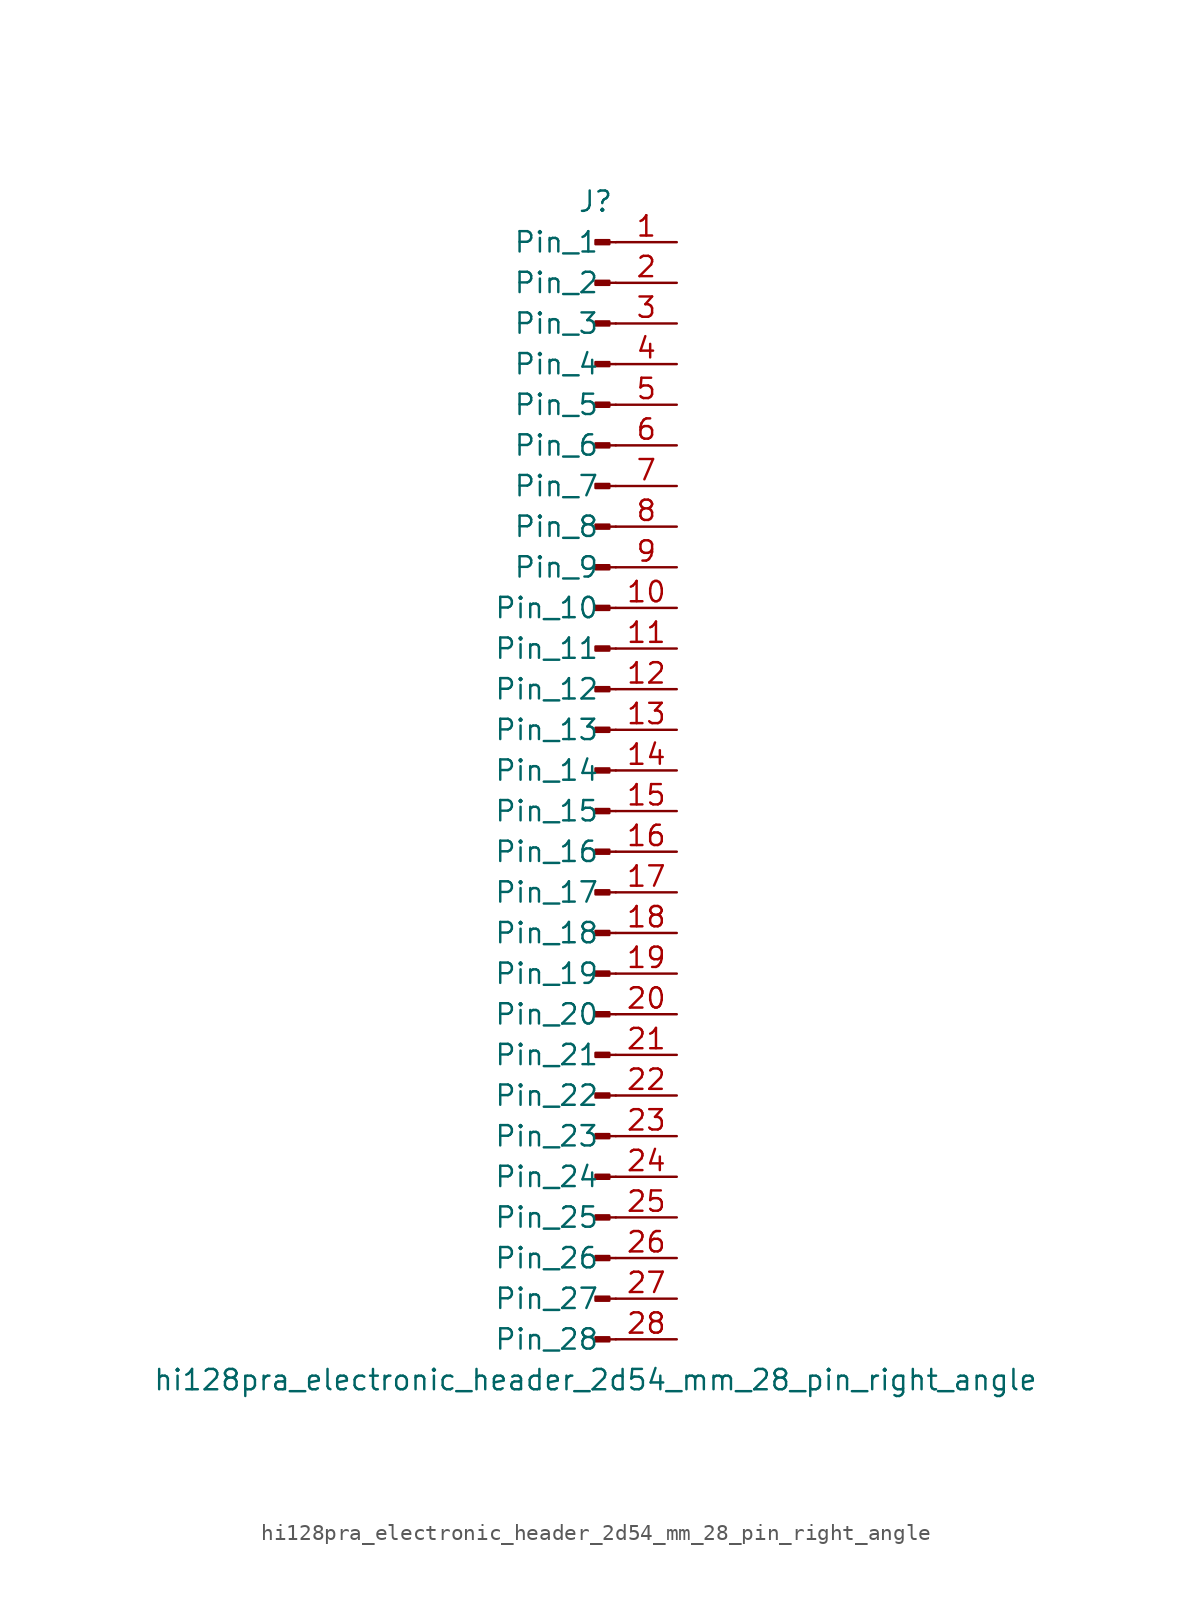
<source format=kicad_sym>
(kicad_symbol_lib
  (version 20220914)
  (generator kicad_symbol_editor)
  (symbol "hi128pra_electronic_header_2d54_mm_28_pin_right_angle"
    (pin_names
      (offset 1.016))
    (property "Reference" "J"
      (at 0 35.56 0)
      (effects (font (size 1.27 1.27))))
    (property "Value" "hi128pra_electronic_header_2d54_mm_28_pin_right_angle"
      (at 0 -38.1 0)
      (effects (font (size 1.27 1.27))))
    (property "ki_locked" ""
      (at 0 0 0)
      (effects (font (size 1.27 1.27))))
    (symbol "hi128pra_electronic_header_2d54_mm_28_pin_right_angle_1_1"
      (polyline (pts (xy 1.27 -35.56) (xy 0.864 -35.56)) (stroke (width 0.152) (type default)) (fill (type none)))
      (polyline (pts (xy 1.27 -33.02) (xy 0.864 -33.02)) (stroke (width 0.152) (type default)) (fill (type none)))
      (polyline (pts (xy 1.27 -30.48) (xy 0.864 -30.48)) (stroke (width 0.152) (type default)) (fill (type none)))
      (polyline (pts (xy 1.27 -27.94) (xy 0.864 -27.94)) (stroke (width 0.152) (type default)) (fill (type none)))
      (polyline (pts (xy 1.27 -25.4) (xy 0.864 -25.4)) (stroke (width 0.152) (type default)) (fill (type none)))
      (polyline (pts (xy 1.27 -22.86) (xy 0.864 -22.86)) (stroke (width 0.152) (type default)) (fill (type none)))
      (polyline (pts (xy 1.27 -20.32) (xy 0.864 -20.32)) (stroke (width 0.152) (type default)) (fill (type none)))
      (polyline (pts (xy 1.27 -17.78) (xy 0.864 -17.78)) (stroke (width 0.152) (type default)) (fill (type none)))
      (polyline (pts (xy 1.27 -15.24) (xy 0.864 -15.24)) (stroke (width 0.152) (type default)) (fill (type none)))
      (polyline (pts (xy 1.27 -12.7) (xy 0.864 -12.7)) (stroke (width 0.152) (type default)) (fill (type none)))
      (polyline (pts (xy 1.27 -10.16) (xy 0.864 -10.16)) (stroke (width 0.152) (type default)) (fill (type none)))
      (polyline (pts (xy 1.27 -7.62) (xy 0.864 -7.62)) (stroke (width 0.152) (type default)) (fill (type none)))
      (polyline (pts (xy 1.27 -5.08) (xy 0.864 -5.08)) (stroke (width 0.152) (type default)) (fill (type none)))
      (polyline (pts (xy 1.27 -2.54) (xy 0.864 -2.54)) (stroke (width 0.152) (type default)) (fill (type none)))
      (polyline (pts (xy 1.27 0) (xy 0.864 0)) (stroke (width 0.152) (type default)) (fill (type none)))
      (polyline (pts (xy 1.27 2.54) (xy 0.864 2.54)) (stroke (width 0.152) (type default)) (fill (type none)))
      (polyline (pts (xy 1.27 5.08) (xy 0.864 5.08)) (stroke (width 0.152) (type default)) (fill (type none)))
      (polyline (pts (xy 1.27 7.62) (xy 0.864 7.62)) (stroke (width 0.152) (type default)) (fill (type none)))
      (polyline (pts (xy 1.27 10.16) (xy 0.864 10.16)) (stroke (width 0.152) (type default)) (fill (type none)))
      (polyline (pts (xy 1.27 12.7) (xy 0.864 12.7)) (stroke (width 0.152) (type default)) (fill (type none)))
      (polyline (pts (xy 1.27 15.24) (xy 0.864 15.24)) (stroke (width 0.152) (type default)) (fill (type none)))
      (polyline (pts (xy 1.27 17.78) (xy 0.864 17.78)) (stroke (width 0.152) (type default)) (fill (type none)))
      (polyline (pts (xy 1.27 20.32) (xy 0.864 20.32)) (stroke (width 0.152) (type default)) (fill (type none)))
      (polyline (pts (xy 1.27 22.86) (xy 0.864 22.86)) (stroke (width 0.152) (type default)) (fill (type none)))
      (polyline (pts (xy 1.27 25.4) (xy 0.864 25.4)) (stroke (width 0.152) (type default)) (fill (type none)))
      (polyline (pts (xy 1.27 27.94) (xy 0.864 27.94)) (stroke (width 0.152) (type default)) (fill (type none)))
      (polyline (pts (xy 1.27 30.48) (xy 0.864 30.48)) (stroke (width 0.152) (type default)) (fill (type none)))
      (polyline (pts (xy 1.27 33.02) (xy 0.864 33.02)) (stroke (width 0.152) (type default)) (fill (type none)))
      (rectangle (start 0.864 -35.433) (end 0 -35.687) (stroke (width 0.152) (type default)) (fill (type outline)))
      (rectangle (start 0.864 -32.893) (end 0 -33.147) (stroke (width 0.152) (type default)) (fill (type outline)))
      (rectangle (start 0.864 -30.353) (end 0 -30.607) (stroke (width 0.152) (type default)) (fill (type outline)))
      (rectangle (start 0.864 -27.813) (end 0 -28.067) (stroke (width 0.152) (type default)) (fill (type outline)))
      (rectangle (start 0.864 -25.273) (end 0 -25.527) (stroke (width 0.152) (type default)) (fill (type outline)))
      (rectangle (start 0.864 -22.733) (end 0 -22.987) (stroke (width 0.152) (type default)) (fill (type outline)))
      (rectangle (start 0.864 -20.193) (end 0 -20.447) (stroke (width 0.152) (type default)) (fill (type outline)))
      (rectangle (start 0.864 -17.653) (end 0 -17.907) (stroke (width 0.152) (type default)) (fill (type outline)))
      (rectangle (start 0.864 -15.113) (end 0 -15.367) (stroke (width 0.152) (type default)) (fill (type outline)))
      (rectangle (start 0.864 -12.573) (end 0 -12.827) (stroke (width 0.152) (type default)) (fill (type outline)))
      (rectangle (start 0.864 -10.033) (end 0 -10.287) (stroke (width 0.152) (type default)) (fill (type outline)))
      (rectangle (start 0.864 -7.493) (end 0 -7.747) (stroke (width 0.152) (type default)) (fill (type outline)))
      (rectangle (start 0.864 -4.953) (end 0 -5.207) (stroke (width 0.152) (type default)) (fill (type outline)))
      (rectangle (start 0.864 -2.413) (end 0 -2.667) (stroke (width 0.152) (type default)) (fill (type outline)))
      (rectangle (start 0.864 0.127) (end 0 -0.127) (stroke (width 0.152) (type default)) (fill (type outline)))
      (rectangle (start 0.864 2.667) (end 0 2.413) (stroke (width 0.152) (type default)) (fill (type outline)))
      (rectangle (start 0.864 5.207) (end 0 4.953) (stroke (width 0.152) (type default)) (fill (type outline)))
      (rectangle (start 0.864 7.747) (end 0 7.493) (stroke (width 0.152) (type default)) (fill (type outline)))
      (rectangle (start 0.864 10.287) (end 0 10.033) (stroke (width 0.152) (type default)) (fill (type outline)))
      (rectangle (start 0.864 12.827) (end 0 12.573) (stroke (width 0.152) (type default)) (fill (type outline)))
      (rectangle (start 0.864 15.367) (end 0 15.113) (stroke (width 0.152) (type default)) (fill (type outline)))
      (rectangle (start 0.864 17.907) (end 0 17.653) (stroke (width 0.152) (type default)) (fill (type outline)))
      (rectangle (start 0.864 20.447) (end 0 20.193) (stroke (width 0.152) (type default)) (fill (type outline)))
      (rectangle (start 0.864 22.987) (end 0 22.733) (stroke (width 0.152) (type default)) (fill (type outline)))
      (rectangle (start 0.864 25.527) (end 0 25.273) (stroke (width 0.152) (type default)) (fill (type outline)))
      (rectangle (start 0.864 28.067) (end 0 27.813) (stroke (width 0.152) (type default)) (fill (type outline)))
      (rectangle (start 0.864 30.607) (end 0 30.353) (stroke (width 0.152) (type default)) (fill (type outline)))
      (rectangle (start 0.864 33.147) (end 0 32.893) (stroke (width 0.152) (type default)) (fill (type outline)))
      (pin passive line (at 5.08 33.02 180) (length 3.81) (name "Pin_1" (effects (font (size 1.27 1.27)))) (number "1" (effects (font (size 1.27 1.27)))))
      (pin passive line (at 5.08 10.16 180) (length 3.81) (name "Pin_10" (effects (font (size 1.27 1.27)))) (number "10" (effects (font (size 1.27 1.27)))))
      (pin passive line (at 5.08 7.62 180) (length 3.81) (name "Pin_11" (effects (font (size 1.27 1.27)))) (number "11" (effects (font (size 1.27 1.27)))))
      (pin passive line (at 5.08 5.08 180) (length 3.81) (name "Pin_12" (effects (font (size 1.27 1.27)))) (number "12" (effects (font (size 1.27 1.27)))))
      (pin passive line (at 5.08 2.54 180) (length 3.81) (name "Pin_13" (effects (font (size 1.27 1.27)))) (number "13" (effects (font (size 1.27 1.27)))))
      (pin passive line (at 5.08 0 180) (length 3.81) (name "Pin_14" (effects (font (size 1.27 1.27)))) (number "14" (effects (font (size 1.27 1.27)))))
      (pin passive line (at 5.08 -2.54 180) (length 3.81) (name "Pin_15" (effects (font (size 1.27 1.27)))) (number "15" (effects (font (size 1.27 1.27)))))
      (pin passive line (at 5.08 -5.08 180) (length 3.81) (name "Pin_16" (effects (font (size 1.27 1.27)))) (number "16" (effects (font (size 1.27 1.27)))))
      (pin passive line (at 5.08 -7.62 180) (length 3.81) (name "Pin_17" (effects (font (size 1.27 1.27)))) (number "17" (effects (font (size 1.27 1.27)))))
      (pin passive line (at 5.08 -10.16 180) (length 3.81) (name "Pin_18" (effects (font (size 1.27 1.27)))) (number "18" (effects (font (size 1.27 1.27)))))
      (pin passive line (at 5.08 -12.7 180) (length 3.81) (name "Pin_19" (effects (font (size 1.27 1.27)))) (number "19" (effects (font (size 1.27 1.27)))))
      (pin passive line (at 5.08 30.48 180) (length 3.81) (name "Pin_2" (effects (font (size 1.27 1.27)))) (number "2" (effects (font (size 1.27 1.27)))))
      (pin passive line (at 5.08 -15.24 180) (length 3.81) (name "Pin_20" (effects (font (size 1.27 1.27)))) (number "20" (effects (font (size 1.27 1.27)))))
      (pin passive line (at 5.08 -17.78 180) (length 3.81) (name "Pin_21" (effects (font (size 1.27 1.27)))) (number "21" (effects (font (size 1.27 1.27)))))
      (pin passive line (at 5.08 -20.32 180) (length 3.81) (name "Pin_22" (effects (font (size 1.27 1.27)))) (number "22" (effects (font (size 1.27 1.27)))))
      (pin passive line (at 5.08 -22.86 180) (length 3.81) (name "Pin_23" (effects (font (size 1.27 1.27)))) (number "23" (effects (font (size 1.27 1.27)))))
      (pin passive line (at 5.08 -25.4 180) (length 3.81) (name "Pin_24" (effects (font (size 1.27 1.27)))) (number "24" (effects (font (size 1.27 1.27)))))
      (pin passive line (at 5.08 -27.94 180) (length 3.81) (name "Pin_25" (effects (font (size 1.27 1.27)))) (number "25" (effects (font (size 1.27 1.27)))))
      (pin passive line (at 5.08 -30.48 180) (length 3.81) (name "Pin_26" (effects (font (size 1.27 1.27)))) (number "26" (effects (font (size 1.27 1.27)))))
      (pin passive line (at 5.08 -33.02 180) (length 3.81) (name "Pin_27" (effects (font (size 1.27 1.27)))) (number "27" (effects (font (size 1.27 1.27)))))
      (pin passive line (at 5.08 -35.56 180) (length 3.81) (name "Pin_28" (effects (font (size 1.27 1.27)))) (number "28" (effects (font (size 1.27 1.27)))))
      (pin passive line (at 5.08 27.94 180) (length 3.81) (name "Pin_3" (effects (font (size 1.27 1.27)))) (number "3" (effects (font (size 1.27 1.27)))))
      (pin passive line (at 5.08 25.4 180) (length 3.81) (name "Pin_4" (effects (font (size 1.27 1.27)))) (number "4" (effects (font (size 1.27 1.27)))))
      (pin passive line (at 5.08 22.86 180) (length 3.81) (name "Pin_5" (effects (font (size 1.27 1.27)))) (number "5" (effects (font (size 1.27 1.27)))))
      (pin passive line (at 5.08 20.32 180) (length 3.81) (name "Pin_6" (effects (font (size 1.27 1.27)))) (number "6" (effects (font (size 1.27 1.27)))))
      (pin passive line (at 5.08 17.78 180) (length 3.81) (name "Pin_7" (effects (font (size 1.27 1.27)))) (number "7" (effects (font (size 1.27 1.27)))))
      (pin passive line (at 5.08 15.24 180) (length 3.81) (name "Pin_8" (effects (font (size 1.27 1.27)))) (number "8" (effects (font (size 1.27 1.27)))))
      (pin passive line (at 5.08 12.7 180) (length 3.81) (name "Pin_9" (effects (font (size 1.27 1.27)))) (number "9" (effects (font (size 1.27 1.27))))))))
</source>
